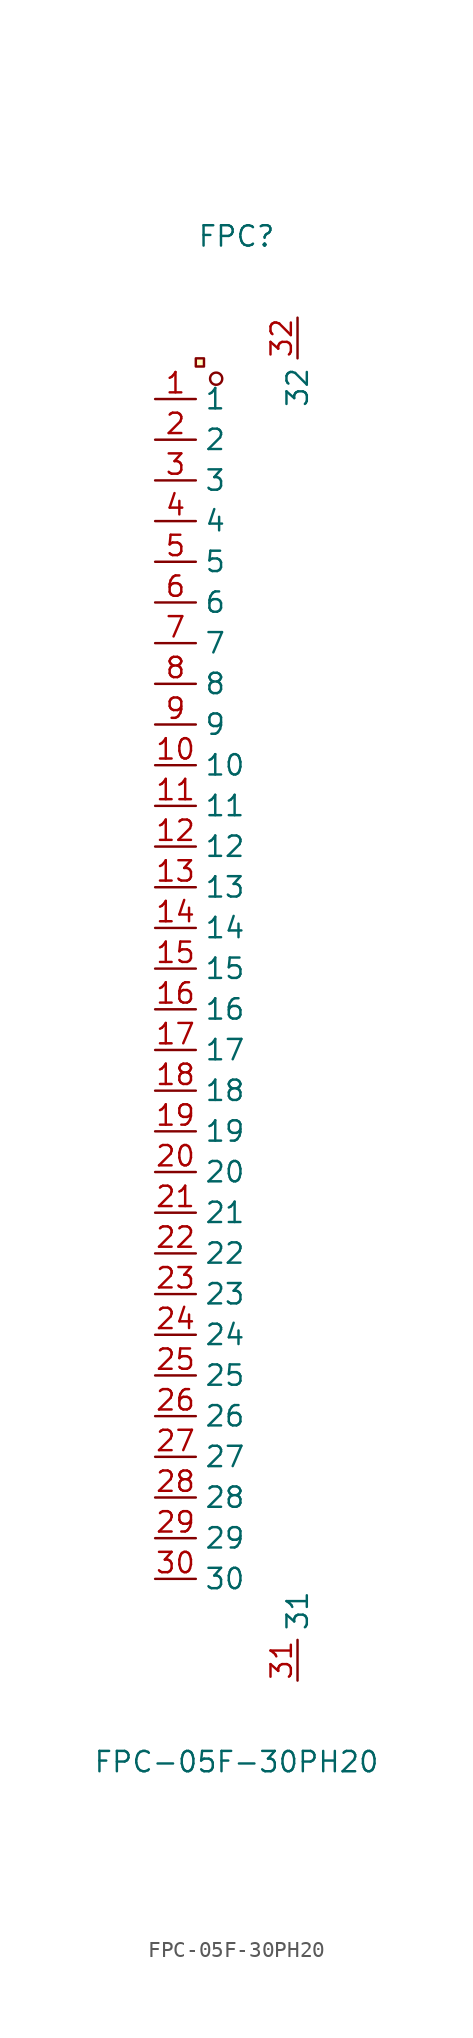
<source format=kicad_sym>
(kicad_symbol_lib
  (version 20211014)
  (generator https://github.com/uPesy/easyeda2kicad.py)
  (symbol "FPC-05F-30PH20"
    (property "Reference" "FPC"
      (at 0 48.26 0)
      (effects (font (size 1.27 1.27))))
    (property "Value" "FPC-05F-30PH20"
      (at 0 -46.99 0)
      (effects (font (size 1.27 1.27))))
    (symbol "FPC-05F-30PH20_0_1"
      (rectangle (start -2.54 40.64) (end -2.03 40.13) (stroke (width 0) (type default) (color 0 0 0 0)) (fill (type background)))
      (circle (center -1.27 39.37) (radius 0.38) (stroke (width 0) (type default) (color 0 0 0 0)) (fill (type none)))
      (pin unspecified line (at -5.08 38.10 0) (length 2.54) (name "1" (effects (font (size 1.27 1.27)))) (number "1" (effects (font (size 1.27 1.27)))))
      (pin unspecified line (at -5.08 35.56 0) (length 2.54) (name "2" (effects (font (size 1.27 1.27)))) (number "2" (effects (font (size 1.27 1.27)))))
      (pin unspecified line (at -5.08 33.02 0) (length 2.54) (name "3" (effects (font (size 1.27 1.27)))) (number "3" (effects (font (size 1.27 1.27)))))
      (pin unspecified line (at -5.08 30.48 0) (length 2.54) (name "4" (effects (font (size 1.27 1.27)))) (number "4" (effects (font (size 1.27 1.27)))))
      (pin unspecified line (at -5.08 27.94 0) (length 2.54) (name "5" (effects (font (size 1.27 1.27)))) (number "5" (effects (font (size 1.27 1.27)))))
      (pin unspecified line (at -5.08 25.40 0) (length 2.54) (name "6" (effects (font (size 1.27 1.27)))) (number "6" (effects (font (size 1.27 1.27)))))
      (pin unspecified line (at -5.08 22.86 0) (length 2.54) (name "7" (effects (font (size 1.27 1.27)))) (number "7" (effects (font (size 1.27 1.27)))))
      (pin unspecified line (at -5.08 20.32 0) (length 2.54) (name "8" (effects (font (size 1.27 1.27)))) (number "8" (effects (font (size 1.27 1.27)))))
      (pin unspecified line (at -5.08 17.78 0) (length 2.54) (name "9" (effects (font (size 1.27 1.27)))) (number "9" (effects (font (size 1.27 1.27)))))
      (pin unspecified line (at -5.08 15.24 0) (length 2.54) (name "10" (effects (font (size 1.27 1.27)))) (number "10" (effects (font (size 1.27 1.27)))))
      (pin unspecified line (at -5.08 12.70 0) (length 2.54) (name "11" (effects (font (size 1.27 1.27)))) (number "11" (effects (font (size 1.27 1.27)))))
      (pin unspecified line (at -5.08 10.16 0) (length 2.54) (name "12" (effects (font (size 1.27 1.27)))) (number "12" (effects (font (size 1.27 1.27)))))
      (pin unspecified line (at -5.08 7.62 0) (length 2.54) (name "13" (effects (font (size 1.27 1.27)))) (number "13" (effects (font (size 1.27 1.27)))))
      (pin unspecified line (at -5.08 5.08 0) (length 2.54) (name "14" (effects (font (size 1.27 1.27)))) (number "14" (effects (font (size 1.27 1.27)))))
      (pin unspecified line (at -5.08 2.54 0) (length 2.54) (name "15" (effects (font (size 1.27 1.27)))) (number "15" (effects (font (size 1.27 1.27)))))
      (pin unspecified line (at -5.08 -0.00 0) (length 2.54) (name "16" (effects (font (size 1.27 1.27)))) (number "16" (effects (font (size 1.27 1.27)))))
      (pin unspecified line (at -5.08 -2.54 0) (length 2.54) (name "17" (effects (font (size 1.27 1.27)))) (number "17" (effects (font (size 1.27 1.27)))))
      (pin unspecified line (at -5.08 -5.08 0) (length 2.54) (name "18" (effects (font (size 1.27 1.27)))) (number "18" (effects (font (size 1.27 1.27)))))
      (pin unspecified line (at -5.08 -7.62 0) (length 2.54) (name "19" (effects (font (size 1.27 1.27)))) (number "19" (effects (font (size 1.27 1.27)))))
      (pin unspecified line (at -5.08 -10.16 0) (length 2.54) (name "20" (effects (font (size 1.27 1.27)))) (number "20" (effects (font (size 1.27 1.27)))))
      (pin unspecified line (at -5.08 -12.70 0) (length 2.54) (name "21" (effects (font (size 1.27 1.27)))) (number "21" (effects (font (size 1.27 1.27)))))
      (pin unspecified line (at -5.08 -15.24 0) (length 2.54) (name "22" (effects (font (size 1.27 1.27)))) (number "22" (effects (font (size 1.27 1.27)))))
      (pin unspecified line (at -5.08 -17.78 0) (length 2.54) (name "23" (effects (font (size 1.27 1.27)))) (number "23" (effects (font (size 1.27 1.27)))))
      (pin unspecified line (at -5.08 -20.32 0) (length 2.54) (name "24" (effects (font (size 1.27 1.27)))) (number "24" (effects (font (size 1.27 1.27)))))
      (pin unspecified line (at -5.08 -22.86 0) (length 2.54) (name "25" (effects (font (size 1.27 1.27)))) (number "25" (effects (font (size 1.27 1.27)))))
      (pin unspecified line (at -5.08 -25.40 0) (length 2.54) (name "26" (effects (font (size 1.27 1.27)))) (number "26" (effects (font (size 1.27 1.27)))))
      (pin unspecified line (at -5.08 -27.94 0) (length 2.54) (name "27" (effects (font (size 1.27 1.27)))) (number "27" (effects (font (size 1.27 1.27)))))
      (pin unspecified line (at -5.08 -30.48 0) (length 2.54) (name "28" (effects (font (size 1.27 1.27)))) (number "28" (effects (font (size 1.27 1.27)))))
      (pin unspecified line (at -5.08 -33.02 0) (length 2.54) (name "29" (effects (font (size 1.27 1.27)))) (number "29" (effects (font (size 1.27 1.27)))))
      (pin unspecified line (at -5.08 -35.56 0) (length 2.54) (name "30" (effects (font (size 1.27 1.27)))) (number "30" (effects (font (size 1.27 1.27)))))
      (pin unspecified line (at 3.81 -41.91 90) (length 2.54) (name "31" (effects (font (size 1.27 1.27)))) (number "31" (effects (font (size 1.27 1.27)))))
      (pin unspecified line (at 3.81 43.18 270) (length 2.54) (name "32" (effects (font (size 1.27 1.27)))) (number "32" (effects (font (size 1.27 1.27))))))))
</source>
